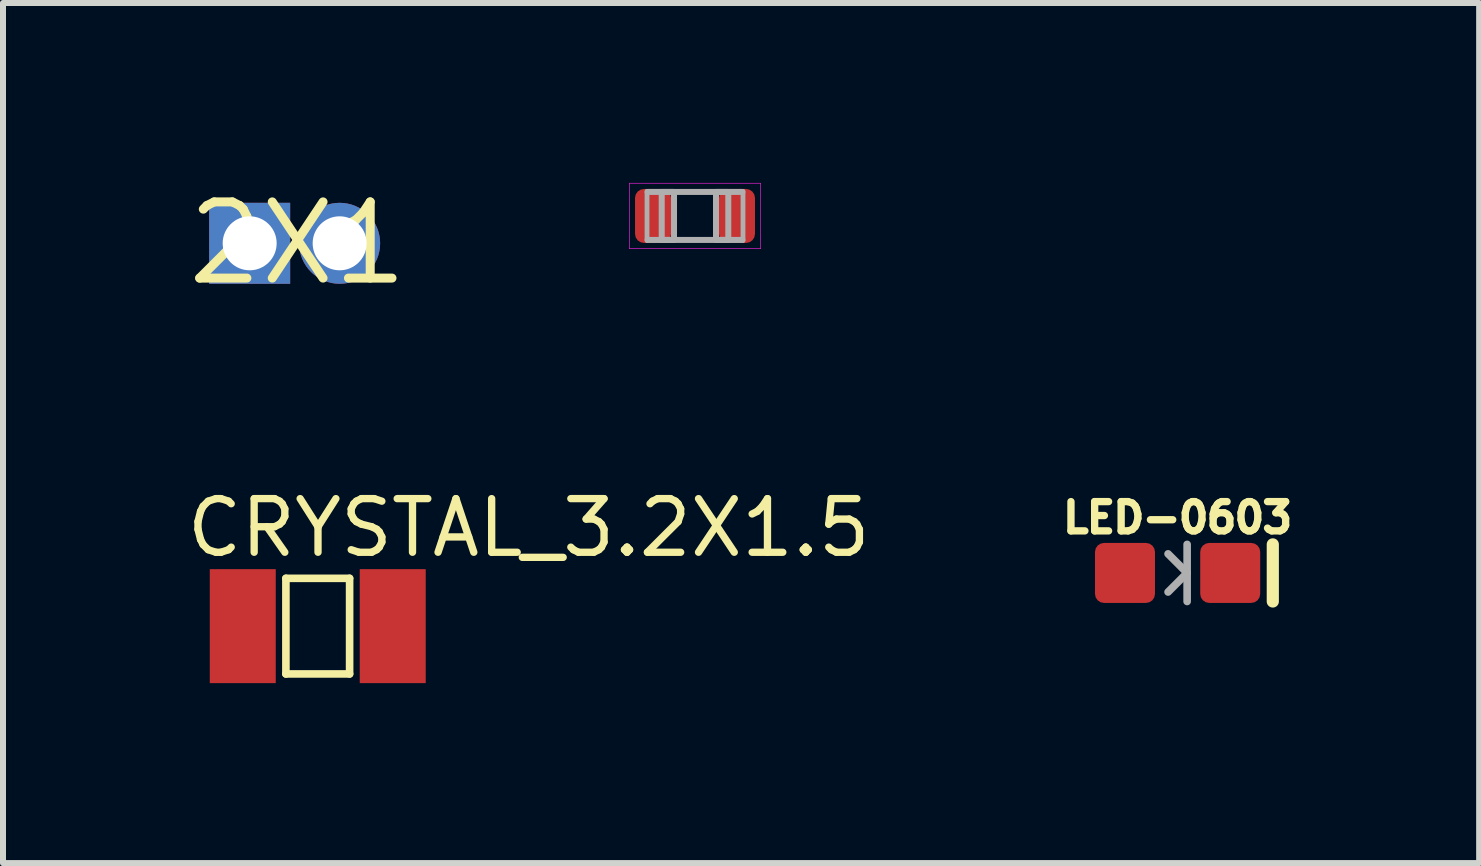
<source format=kicad_pcb>
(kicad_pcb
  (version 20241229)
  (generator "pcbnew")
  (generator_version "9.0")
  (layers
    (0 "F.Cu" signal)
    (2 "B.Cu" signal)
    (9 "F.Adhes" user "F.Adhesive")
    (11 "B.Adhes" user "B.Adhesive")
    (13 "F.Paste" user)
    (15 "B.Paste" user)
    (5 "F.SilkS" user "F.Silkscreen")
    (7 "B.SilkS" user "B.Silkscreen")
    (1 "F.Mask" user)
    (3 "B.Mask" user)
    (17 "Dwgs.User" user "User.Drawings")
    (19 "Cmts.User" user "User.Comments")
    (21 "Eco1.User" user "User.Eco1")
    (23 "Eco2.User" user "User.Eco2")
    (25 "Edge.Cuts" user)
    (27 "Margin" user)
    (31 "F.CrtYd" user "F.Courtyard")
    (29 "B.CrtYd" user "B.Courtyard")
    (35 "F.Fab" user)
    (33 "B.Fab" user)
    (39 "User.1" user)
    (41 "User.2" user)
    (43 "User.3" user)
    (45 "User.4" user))
  (footprint "LED-0603"
    (layer "F.Cu")
    (at 16.581 6.501)
    (property "Reference" "LED-0603" (at 0 -0.635 0) (layer "F.SilkS") (effects (font (size 0.488 0.488) (thickness 0.122)) (justify bottom)))
    (fp_line (start 1.587 -0.476) (end 1.587 0.476) (stroke (width 0.203) (type solid)) (layer "F.SilkS"))
    (fp_line (start 0.159 -0.476) (end 0.159 0) (stroke (width 0.127) (type solid)) (layer "F.Fab"))
    (fp_line (start 0.159 0) (end -0.159 -0.318) (stroke (width 0.127) (type solid)) (layer "F.Fab"))
    (fp_line (start 0.159 0) (end -0.159 0.318) (stroke (width 0.127) (type solid)) (layer "F.Fab"))
    (fp_line (start 0.159 0) (end 0.159 0.476) (stroke (width 0.127) (type solid)) (layer "F.Fab"))
    (pad "A" smd roundrect (at -0.877 0 270) (size 1 1) (layers "F.Cu" "F.Mask" "F.Paste") (roundrect_rratio 0.15))
    (pad "C" smd roundrect (at 0.877 0 270) (size 1 1) (layers "F.Cu" "F.Mask" "F.Paste") (roundrect_rratio 0.15)))
  (footprint "CRYSTAL_3.2X1.5"
    (layer "F.Cu")
    (at 2.247 7.388)
    (property "Reference" "CRYSTAL_3.2X1.5" (at -2.247 -1.116 0) (layer "F.SilkS") (effects (font (size 0.894 0.894) (thickness 0.122)) (justify left bottom)))
    (fp_line (start -0.531 -0.797) (end 0.531 -0.797) (stroke (width 0.127) (type solid)) (layer "F.SilkS"))
    (fp_line (start -0.531 0.797) (end -0.531 -0.797) (stroke (width 0.127) (type solid)) (layer "F.SilkS"))
    (fp_line (start 0.531 -0.797) (end 0.531 0.797) (stroke (width 0.127) (type solid)) (layer "F.SilkS"))
    (fp_line (start 0.531 0.797) (end -0.531 0.797) (stroke (width 0.127) (type solid)) (layer "F.SilkS"))
    (pad "1" smd rect (at -1.25 0) (size 1.1 1.9) (layers "F.Cu" "F.Mask" "F.Paste"))
    (pad "2" smd rect (at 1.25 0) (size 1.1 1.9) (layers "F.Cu" "F.Mask" "F.Paste")))
  (footprint "2X1"
    (layer "F.Cu")
    (at 1.912 1.006)
    (property "Reference" "2X1" (at 0 0 0) (layer "F.SilkS") (effects (font (size 1.27 1.27) (thickness 0.15))))
    (pad "P$1" thru_hole rect (at -0.8 0) (size 1.35 1.35) (drill 0.9) (layers "*.Cu" "*.Mask"))
    (pad "P$2" thru_hole circle (at 0.7 0) (size 1.35 1.35) (drill 0.9) (layers "*.Cu" "*.Mask")))
  (footprint ".0603-C-NOSILK"
    (layer "F.Cu")
    (at 8.536 0.55)
    (property "Reference" ".0603-C-NOSILK" (at 0 0 0) (layer "F.Mask") (effects (font (size 0.255 0.255) (thickness 0.045))))
    (fp_line (start -0.845 -0.295) (end -0.845 0.295) (stroke (width 0.43) (type solid)) (layer "F.Mask"))
    (fp_line (start -0.8 0.41) (end -0.8 -0.41) (stroke (width 0.08) (type solid)) (layer "F.Mask"))
    (fp_line (start -0.79 -0.4) (end 0.79 -0.4) (stroke (width 0.1) (type solid)) (layer "F.Mask"))
    (fp_line (start -0.555 -0.295) (end -0.845 -0.295) (stroke (width 0.43) (type solid)) (layer "F.Mask"))
    (fp_line (start -0.555 -0.295) (end -0.555 0.295) (stroke (width 0.43) (type solid)) (layer "F.Mask"))
    (fp_line (start -0.555 0.295) (end -0.845 0.295) (stroke (width 0.43) (type solid)) (layer "F.Mask"))
    (fp_line (start 0.555 -0.295) (end 0.555 0.295) (stroke (width 0.43) (type solid)) (layer "F.Mask"))
    (fp_line (start 0.79 0.4) (end -0.79 0.4) (stroke (width 0.1) (type solid)) (layer "F.Mask"))
    (fp_line (start 0.8 -0.41) (end 0.8 0.41) (stroke (width 0.08) (type solid)) (layer "F.Mask"))
    (fp_line (start 0.845 -0.295) (end 0.555 -0.295) (stroke (width 0.43) (type solid)) (layer "F.Mask"))
    (fp_line (start 0.845 -0.295) (end 0.845 0.295) (stroke (width 0.43) (type solid)) (layer "F.Mask"))
    (fp_line (start 0.845 0.295) (end 0.555 0.295) (stroke (width 0.43) (type solid)) (layer "F.Mask"))
    (fp_line (start -1.095 -0.545) (end -1.095 0.545) (stroke (width 0.01) (type solid)) (layer "F.CrtYd"))
    (fp_line (start -1.095 0.545) (end 1.095 0.545) (stroke (width 0.01) (type solid)) (layer "F.CrtYd"))
    (fp_line (start 1.095 -0.545) (end -1.095 -0.545) (stroke (width 0.01) (type solid)) (layer "F.CrtYd"))
    (fp_line (start 1.095 0.545) (end 1.095 -0.545) (stroke (width 0.01) (type solid)) (layer "F.CrtYd"))
    (fp_line (start -0.8 0.41) (end -0.8 -0.41) (stroke (width 0.08) (type solid)) (layer "F.Fab"))
    (fp_line (start -0.79 -0.4) (end 0.79 -0.4) (stroke (width 0.1) (type solid)) (layer "F.Fab"))
    (fp_line (start 0.79 0.4) (end -0.79 0.4) (stroke (width 0.1) (type solid)) (layer "F.Fab"))
    (fp_line (start 0.8 -0.41) (end 0.8 0.41) (stroke (width 0.08) (type solid)) (layer "F.Fab"))
    (fp_poly (pts (xy -0.555 0.4) (xy -0.35 0.4) (xy -0.35 -0.4) (xy -0.555 -0.4)) (stroke (width 0.1) (type solid)) (fill no) (layer "F.Fab"))
    (fp_poly (pts (xy 0.35 0.4) (xy 0.555 0.4) (xy 0.555 -0.4) (xy 0.35 -0.4)) (stroke (width 0.1) (type solid)) (fill no) (layer "F.Fab"))
    (pad "1" smd roundrect (at -0.7 0) (size 0.6 0.9) (layers "F.Cu" "F.Paste") (roundrect_rratio 0.25))
    (pad "2" smd roundrect (at 0.7 0) (size 0.6 0.9) (layers "F.Cu" "F.Paste") (roundrect_rratio 0.25)))
  (gr_rect
    (start -3 -3)
    (end 21.608 11.338)
    (stroke (width 0.1) (type default))
    (fill no)
    (layer "Edge.Cuts")))
</source>
